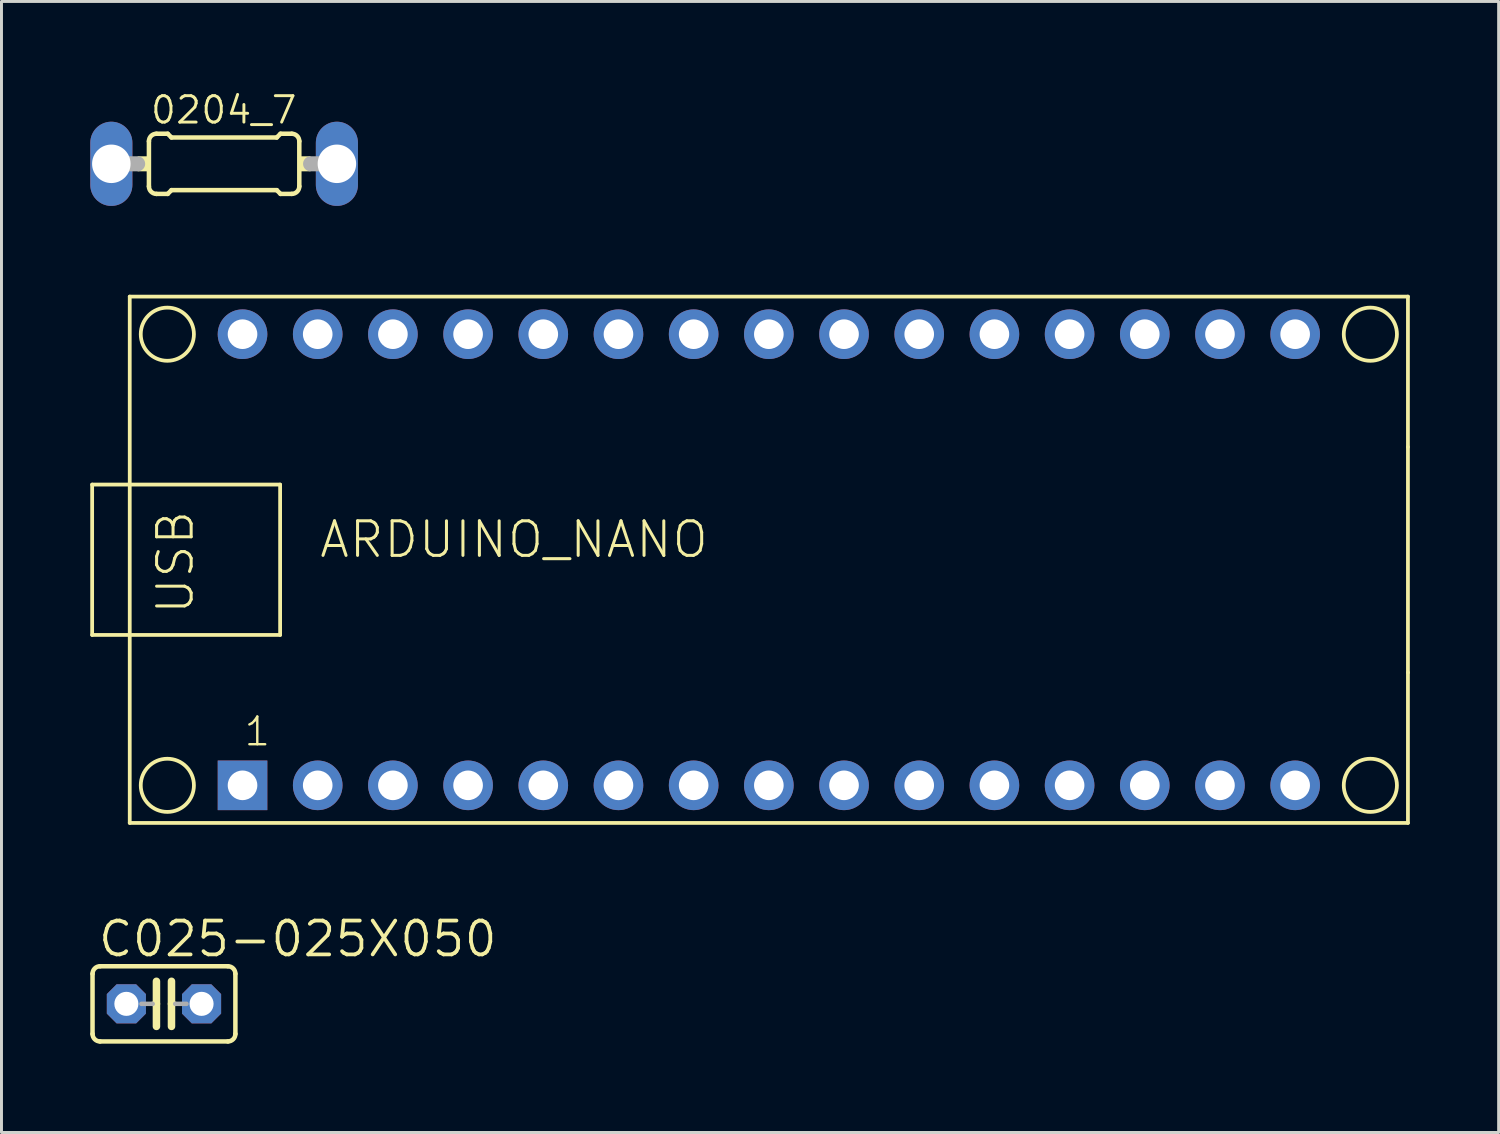
<source format=kicad_pcb>
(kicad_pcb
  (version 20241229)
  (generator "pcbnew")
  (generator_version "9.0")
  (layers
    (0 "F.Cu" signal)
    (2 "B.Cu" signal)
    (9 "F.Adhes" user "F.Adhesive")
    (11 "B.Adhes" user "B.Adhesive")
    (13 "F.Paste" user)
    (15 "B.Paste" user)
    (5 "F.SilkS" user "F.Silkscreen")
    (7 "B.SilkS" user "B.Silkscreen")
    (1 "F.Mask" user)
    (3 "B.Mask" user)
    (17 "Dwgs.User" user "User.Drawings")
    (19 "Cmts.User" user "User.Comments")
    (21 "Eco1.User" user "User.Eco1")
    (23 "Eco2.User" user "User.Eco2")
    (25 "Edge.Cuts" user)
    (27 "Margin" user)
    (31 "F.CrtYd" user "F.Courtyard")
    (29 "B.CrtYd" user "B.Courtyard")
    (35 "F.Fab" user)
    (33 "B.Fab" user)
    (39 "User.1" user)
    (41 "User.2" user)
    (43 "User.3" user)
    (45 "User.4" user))
  (footprint "C025-025X050"
    (layer "F.Cu")
    (at 2.489 30.862)
    (property "Reference" "C025-025X050" (at -2.286 -1.524 0) (layer "F.SilkS") (effects (font (size 1.143 1.143) (thickness 0.127)) (justify left bottom)))
    (fp_line (start -2.413 -1.016) (end -2.413 1.016) (stroke (width 0.152) (type solid)) (layer "F.SilkS"))
    (fp_line (start -2.159 -1.27) (end 2.159 -1.27) (stroke (width 0.152) (type solid)) (layer "F.SilkS"))
    (fp_line (start -0.254 -0.762) (end -0.254 0) (stroke (width 0.254) (type solid)) (layer "F.SilkS"))
    (fp_line (start -0.254 0) (end -0.381 0) (stroke (width 0.152) (type solid)) (layer "F.SilkS"))
    (fp_line (start -0.254 0) (end -0.254 0.762) (stroke (width 0.254) (type solid)) (layer "F.SilkS"))
    (fp_line (start 0.254 0) (end 0.254 -0.762) (stroke (width 0.254) (type solid)) (layer "F.SilkS"))
    (fp_line (start 0.254 0) (end 0.254 0.762) (stroke (width 0.254) (type solid)) (layer "F.SilkS"))
    (fp_line (start 0.381 0) (end 0.254 0) (stroke (width 0.152) (type solid)) (layer "F.SilkS"))
    (fp_line (start 2.159 1.27) (end -2.159 1.27) (stroke (width 0.152) (type solid)) (layer "F.SilkS"))
    (fp_line (start 2.413 -1.016) (end 2.413 1.016) (stroke (width 0.152) (type solid)) (layer "F.SilkS"))
    (fp_arc (start -2.413 -1.016) (mid -2.338605 -1.195605) (end -2.159 -1.27) (stroke (width 0.1524) (type solid)) (layer "F.SilkS"))
    (fp_arc (start -2.159 1.27) (mid -2.338605 1.195605) (end -2.413 1.016) (stroke (width 0.1524) (type solid)) (layer "F.SilkS"))
    (fp_arc (start 2.159 -1.27) (mid 2.338605 -1.195605) (end 2.413 -1.016) (stroke (width 0.1524) (type solid)) (layer "F.SilkS"))
    (fp_arc (start 2.413 1.016) (mid 2.338605 1.195605) (end 2.159 1.27) (stroke (width 0.1524) (type solid)) (layer "F.SilkS"))
    (fp_line (start -0.381 0) (end -0.762 0) (stroke (width 0.152) (type solid)) (layer "F.Fab"))
    (fp_line (start 0.762 0) (end 0.381 0) (stroke (width 0.152) (type solid)) (layer "F.Fab"))
    (pad "1" thru_hole roundrect (at -1.27 0) (size 1.321 1.321) (drill 0.813) (layers "*.Cu" "*.Mask") (roundrect_rratio 0.25) (chamfer_ratio 0.25) (chamfer top_left top_right bottom_left bottom_right))
    (pad "2" thru_hole roundrect (at 1.27 0) (size 1.321 1.321) (drill 0.813) (layers "*.Cu" "*.Mask") (roundrect_rratio 0.25) (chamfer_ratio 0.25) (chamfer top_left top_right bottom_left bottom_right)))
  (footprint "0204_7"
    (layer "F.Cu")
    (at 4.521 2.484)
    (property "Reference" "0204_7" (at -2.54 -1.295 0) (layer "F.SilkS") (effects (font (size 0.892 0.892) (thickness 0.099)) (justify left bottom)))
    (fp_line (start -2.54 0.762) (end -2.54 -0.762) (stroke (width 0.152) (type solid)) (layer "F.SilkS"))
    (fp_line (start -2.286 -1.016) (end -1.905 -1.016) (stroke (width 0.152) (type solid)) (layer "F.SilkS"))
    (fp_line (start -2.286 1.016) (end -1.905 1.016) (stroke (width 0.152) (type solid)) (layer "F.SilkS"))
    (fp_line (start -1.778 -0.889) (end -1.905 -1.016) (stroke (width 0.152) (type solid)) (layer "F.SilkS"))
    (fp_line (start -1.778 0.889) (end -1.905 1.016) (stroke (width 0.152) (type solid)) (layer "F.SilkS"))
    (fp_line (start 1.778 -0.889) (end -1.778 -0.889) (stroke (width 0.152) (type solid)) (layer "F.SilkS"))
    (fp_line (start 1.778 -0.889) (end 1.905 -1.016) (stroke (width 0.152) (type solid)) (layer "F.SilkS"))
    (fp_line (start 1.778 0.889) (end -1.778 0.889) (stroke (width 0.152) (type solid)) (layer "F.SilkS"))
    (fp_line (start 1.778 0.889) (end 1.905 1.016) (stroke (width 0.152) (type solid)) (layer "F.SilkS"))
    (fp_line (start 2.286 -1.016) (end 1.905 -1.016) (stroke (width 0.152) (type solid)) (layer "F.SilkS"))
    (fp_line (start 2.286 1.016) (end 1.905 1.016) (stroke (width 0.152) (type solid)) (layer "F.SilkS"))
    (fp_line (start 2.54 0.762) (end 2.54 -0.762) (stroke (width 0.152) (type solid)) (layer "F.SilkS"))
    (fp_arc (start -2.54 -0.762) (mid -2.465605 -0.941605) (end -2.286 -1.016) (stroke (width 0.1524) (type solid)) (layer "F.SilkS"))
    (fp_arc (start -2.286 1.016) (mid -2.465605 0.941605) (end -2.54 0.762) (stroke (width 0.1524) (type solid)) (layer "F.SilkS"))
    (fp_arc (start 2.286 -1.016) (mid 2.465605 -0.941605) (end 2.54 -0.762) (stroke (width 0.1524) (type solid)) (layer "F.SilkS"))
    (fp_arc (start 2.54 0.762) (mid 2.465605 0.941605) (end 2.286 1.016) (stroke (width 0.1524) (type solid)) (layer "F.SilkS"))
    (fp_poly (pts (xy -2.921 0.254) (xy -2.54 0.254) (xy -2.54 -0.254) (xy -2.921 -0.254)) (stroke (width 0) (type solid)) (fill yes) (layer "F.SilkS"))
    (fp_poly (pts (xy 2.54 0.254) (xy 2.921 0.254) (xy 2.921 -0.254) (xy 2.54 -0.254)) (stroke (width 0) (type solid)) (fill yes) (layer "F.SilkS"))
    (fp_line (start -3.81 0) (end -2.921 0) (stroke (width 0.508) (type solid)) (layer "F.Fab"))
    (fp_line (start 3.81 0) (end 2.921 0) (stroke (width 0.508) (type solid)) (layer "F.Fab"))
    (pad "1" thru_hole oval (at -3.81 0 90) (size 2.845 1.422) (drill 1.3) (layers "*.Cu" "*.Mask"))
    (pad "2" thru_hole oval (at 3.81 0 90) (size 2.845 1.422) (drill 1.3) (layers "*.Cu" "*.Mask")))
  (footprint "ARDUINO_NANO"
    (layer "F.Cu")
    (at 25.463 15.86)
    (property "Reference" "ARDUINO_NANO" (at -17.78 0 0) (layer "F.SilkS") (effects (font (size 1.168 1.168) (thickness 0.102)) (justify left bottom)))
    (fp_line (start -25.4 -2.54) (end -25.4 2.54) (stroke (width 0.127) (type solid)) (layer "F.SilkS"))
    (fp_line (start -24.13 -8.89) (end 19.05 -8.89) (stroke (width 0.127) (type solid)) (layer "F.SilkS"))
    (fp_line (start -24.13 -2.54) (end -25.4 -2.54) (stroke (width 0.127) (type solid)) (layer "F.SilkS"))
    (fp_line (start -24.13 -2.54) (end -24.13 -8.89) (stroke (width 0.127) (type solid)) (layer "F.SilkS"))
    (fp_line (start -24.13 8.89) (end -24.13 -2.54) (stroke (width 0.127) (type solid)) (layer "F.SilkS"))
    (fp_line (start -19.05 -2.54) (end -24.13 -2.54) (stroke (width 0.127) (type solid)) (layer "F.SilkS"))
    (fp_line (start -19.05 2.54) (end -25.4 2.54) (stroke (width 0.127) (type solid)) (layer "F.SilkS"))
    (fp_line (start -19.05 2.54) (end -19.05 -2.54) (stroke (width 0.127) (type solid)) (layer "F.SilkS"))
    (fp_line (start 19.05 -8.89) (end 19.05 -3.81) (stroke (width 0.127) (type solid)) (layer "F.SilkS"))
    (fp_line (start 19.05 -3.81) (end 19.05 3.81) (stroke (width 0.127) (type solid)) (layer "F.SilkS"))
    (fp_line (start 19.05 3.81) (end 19.05 8.89) (stroke (width 0.127) (type solid)) (layer "F.SilkS"))
    (fp_line (start 19.05 8.89) (end -24.13 8.89) (stroke (width 0.127) (type solid)) (layer "F.SilkS"))
    (fp_circle (center -22.86 -7.62) (end -21.962 -7.62) (stroke (width 0.127) (type solid)) (fill no) (layer "F.SilkS"))
    (fp_circle (center -22.86 7.62) (end -21.962 7.62) (stroke (width 0.127) (type solid)) (fill no) (layer "F.SilkS"))
    (fp_circle (center 17.78 -7.62) (end 18.678 -7.62) (stroke (width 0.127) (type solid)) (fill no) (layer "F.SilkS"))
    (fp_circle (center 17.78 7.62) (end 18.678 7.62) (stroke (width 0.127) (type solid)) (fill no) (layer "F.SilkS"))
    (fp_text user "1" (at -20.32 6.35 0) (layer "F.SilkS") (effects (font (size 0.935 0.935) (thickness 0.081)) (justify left bottom)))
    (fp_text user "USB" (at -21.907 1.905 90) (layer "F.SilkS") (effects (font (size 1.168 1.168) (thickness 0.102)) (justify left bottom)))
    (pad "1" thru_hole rect (at -20.32 7.62) (size 1.676 1.676) (drill 1) (layers "*.Cu" "*.Mask"))
    (pad "2" thru_hole circle (at -17.78 7.62) (size 1.676 1.676) (drill 1) (layers "*.Cu" "*.Mask"))
    (pad "3" thru_hole circle (at -15.24 7.62) (size 1.676 1.676) (drill 1) (layers "*.Cu" "*.Mask"))
    (pad "4" thru_hole circle (at -12.7 7.62) (size 1.676 1.676) (drill 1) (layers "*.Cu" "*.Mask"))
    (pad "5" thru_hole circle (at -10.16 7.62) (size 1.676 1.676) (drill 1) (layers "*.Cu" "*.Mask"))
    (pad "6" thru_hole circle (at -7.62 7.62) (size 1.676 1.676) (drill 1) (layers "*.Cu" "*.Mask"))
    (pad "7" thru_hole circle (at -5.08 7.62) (size 1.676 1.676) (drill 1) (layers "*.Cu" "*.Mask"))
    (pad "8" thru_hole circle (at -2.54 7.62) (size 1.676 1.676) (drill 1) (layers "*.Cu" "*.Mask"))
    (pad "9" thru_hole circle (at 0 7.62) (size 1.676 1.676) (drill 1) (layers "*.Cu" "*.Mask"))
    (pad "10" thru_hole circle (at 2.54 7.62) (size 1.676 1.676) (drill 1) (layers "*.Cu" "*.Mask"))
    (pad "11" thru_hole circle (at 5.08 7.62) (size 1.676 1.676) (drill 1) (layers "*.Cu" "*.Mask"))
    (pad "12" thru_hole circle (at 7.62 7.62) (size 1.676 1.676) (drill 1) (layers "*.Cu" "*.Mask"))
    (pad "13" thru_hole circle (at 10.16 7.62) (size 1.676 1.676) (drill 1) (layers "*.Cu" "*.Mask"))
    (pad "14" thru_hole circle (at 12.7 7.62) (size 1.676 1.676) (drill 1) (layers "*.Cu" "*.Mask"))
    (pad "15" thru_hole circle (at 15.24 7.62) (size 1.676 1.676) (drill 1) (layers "*.Cu" "*.Mask"))
    (pad "16" thru_hole circle (at 15.24 -7.62) (size 1.676 1.676) (drill 1) (layers "*.Cu" "*.Mask"))
    (pad "17" thru_hole circle (at 12.7 -7.62) (size 1.676 1.676) (drill 1) (layers "*.Cu" "*.Mask"))
    (pad "18" thru_hole circle (at 10.16 -7.62) (size 1.676 1.676) (drill 1) (layers "*.Cu" "*.Mask"))
    (pad "19" thru_hole circle (at 7.62 -7.62) (size 1.676 1.676) (drill 1) (layers "*.Cu" "*.Mask"))
    (pad "20" thru_hole circle (at 5.08 -7.62) (size 1.676 1.676) (drill 1) (layers "*.Cu" "*.Mask"))
    (pad "21" thru_hole circle (at 2.54 -7.62) (size 1.676 1.676) (drill 1) (layers "*.Cu" "*.Mask"))
    (pad "22" thru_hole circle (at 0 -7.62) (size 1.676 1.676) (drill 1) (layers "*.Cu" "*.Mask"))
    (pad "23" thru_hole circle (at -2.54 -7.62) (size 1.676 1.676) (drill 1) (layers "*.Cu" "*.Mask"))
    (pad "24" thru_hole circle (at -5.08 -7.62) (size 1.676 1.676) (drill 1) (layers "*.Cu" "*.Mask"))
    (pad "25" thru_hole circle (at -7.62 -7.62) (size 1.676 1.676) (drill 1) (layers "*.Cu" "*.Mask"))
    (pad "26" thru_hole circle (at -10.16 -7.62) (size 1.676 1.676) (drill 1) (layers "*.Cu" "*.Mask"))
    (pad "27" thru_hole circle (at -12.7 -7.62) (size 1.676 1.676) (drill 1) (layers "*.Cu" "*.Mask"))
    (pad "28" thru_hole circle (at -15.24 -7.62) (size 1.676 1.676) (drill 1) (layers "*.Cu" "*.Mask"))
    (pad "29" thru_hole circle (at -17.78 -7.62) (size 1.676 1.676) (drill 1) (layers "*.Cu" "*.Mask"))
    (pad "30" thru_hole circle (at -20.32 -7.62) (size 1.676 1.676) (drill 1) (layers "*.Cu" "*.Mask")))
  (gr_rect
    (start -3 -3)
    (end 47.577 35.208)
    (stroke (width 0.1) (type default))
    (fill no)
    (layer "Edge.Cuts")))
</source>
